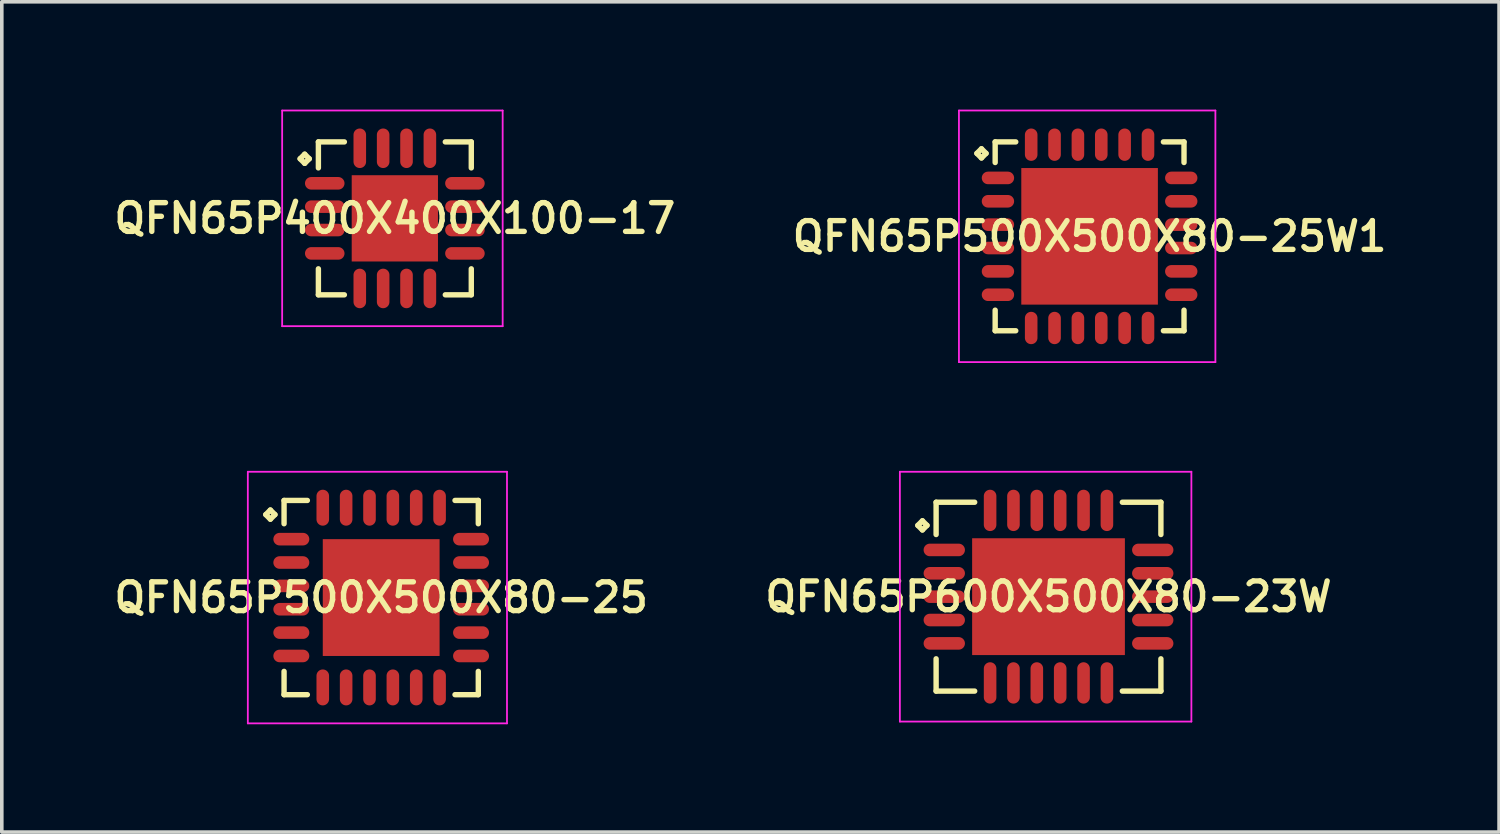
<source format=kicad_pcb>
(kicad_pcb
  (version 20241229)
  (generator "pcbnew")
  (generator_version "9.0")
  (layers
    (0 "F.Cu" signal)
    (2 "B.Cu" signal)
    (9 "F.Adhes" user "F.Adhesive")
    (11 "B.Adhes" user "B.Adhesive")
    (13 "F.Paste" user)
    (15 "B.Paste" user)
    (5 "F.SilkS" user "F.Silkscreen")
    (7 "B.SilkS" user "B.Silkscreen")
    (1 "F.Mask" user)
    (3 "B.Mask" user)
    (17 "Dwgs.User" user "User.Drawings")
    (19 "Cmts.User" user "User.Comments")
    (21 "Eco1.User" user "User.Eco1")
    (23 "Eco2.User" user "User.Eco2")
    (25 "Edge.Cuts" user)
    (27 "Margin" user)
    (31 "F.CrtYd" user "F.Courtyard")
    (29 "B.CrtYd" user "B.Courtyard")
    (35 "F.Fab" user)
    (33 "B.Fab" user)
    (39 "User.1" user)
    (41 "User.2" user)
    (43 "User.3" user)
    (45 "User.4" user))
  (footprint "QFN65P600X500X80-23W"
    (layer "F.Cu")
    (at 26.121 13.55)
    (property "Reference" "QFN65P600X500X80-23W" (at 0 0 0) (layer "F.SilkS") (effects (font (size 0.8 0.8) (thickness 0.15))))
    (attr smd)
    (fp_line (start -3.635 -1.983) (end -3.508 -2.11) (stroke (width 0.15) (type solid)) (layer "F.SilkS"))
    (fp_line (start -3.508 -2.11) (end -3.381 -1.983) (stroke (width 0.15) (type solid)) (layer "F.SilkS"))
    (fp_line (start -3.508 -1.856) (end -3.635 -1.983) (stroke (width 0.15) (type solid)) (layer "F.SilkS"))
    (fp_line (start -3.381 -1.983) (end -3.508 -1.856) (stroke (width 0.15) (type solid)) (layer "F.SilkS"))
    (fp_line (start -3.127 -2.627) (end -2.054 -2.627) (stroke (width 0.15) (type solid)) (layer "F.SilkS"))
    (fp_line (start -3.127 -1.729) (end -3.127 -2.627) (stroke (width 0.15) (type solid)) (layer "F.SilkS"))
    (fp_line (start -3.127 1.729) (end -3.127 2.627) (stroke (width 0.15) (type solid)) (layer "F.SilkS"))
    (fp_line (start -3.127 2.627) (end -2.054 2.627) (stroke (width 0.15) (type solid)) (layer "F.SilkS"))
    (fp_line (start 2.054 -2.627) (end 3.127 -2.627) (stroke (width 0.15) (type solid)) (layer "F.SilkS"))
    (fp_line (start 2.054 2.627) (end 3.127 2.627) (stroke (width 0.15) (type solid)) (layer "F.SilkS"))
    (fp_line (start 3.127 -2.627) (end 3.127 -1.729) (stroke (width 0.15) (type solid)) (layer "F.SilkS"))
    (fp_line (start 3.127 2.627) (end 3.127 1.729) (stroke (width 0.15) (type solid)) (layer "F.SilkS"))
    (fp_line (start -4.135 -3.475) (end 3.975 -3.475) (stroke (width 0.05) (type solid)) (layer "F.CrtYd"))
    (fp_line (start -4.135 3.475) (end -4.135 -3.475) (stroke (width 0.05) (type solid)) (layer "F.CrtYd"))
    (fp_line (start 3.975 -3.475) (end 3.975 3.475) (stroke (width 0.05) (type solid)) (layer "F.CrtYd"))
    (fp_line (start 3.975 3.475) (end -4.135 3.475) (stroke (width 0.05) (type solid)) (layer "F.CrtYd"))
    (pad "1" smd oval (at -2.9 -1.3) (size 1.15 0.35) (layers "F.Cu" "F.Mask" "F.Paste"))
    (pad "2" smd oval (at -2.9 -0.65) (size 1.15 0.35) (layers "F.Cu" "F.Mask" "F.Paste"))
    (pad "3" smd oval (at -2.9 0) (size 1.15 0.35) (layers "F.Cu" "F.Mask" "F.Paste"))
    (pad "4" smd oval (at -2.9 0.65) (size 1.15 0.35) (layers "F.Cu" "F.Mask" "F.Paste"))
    (pad "5" smd oval (at -2.9 1.3) (size 1.15 0.35) (layers "F.Cu" "F.Mask" "F.Paste"))
    (pad "6" smd oval (at -1.625 2.4) (size 0.35 1.15) (layers "F.Cu" "F.Mask" "F.Paste"))
    (pad "7" smd oval (at -0.975 2.4) (size 0.35 1.15) (layers "F.Cu" "F.Mask" "F.Paste"))
    (pad "8" smd oval (at -0.325 2.4) (size 0.35 1.15) (layers "F.Cu" "F.Mask" "F.Paste"))
    (pad "9" smd oval (at 0.325 2.4) (size 0.35 1.15) (layers "F.Cu" "F.Mask" "F.Paste"))
    (pad "10" smd oval (at 0.975 2.4) (size 0.35 1.15) (layers "F.Cu" "F.Mask" "F.Paste"))
    (pad "11" smd oval (at 1.625 2.4) (size 0.35 1.15) (layers "F.Cu" "F.Mask" "F.Paste"))
    (pad "12" smd oval (at 2.9 1.3) (size 1.15 0.35) (layers "F.Cu" "F.Mask" "F.Paste"))
    (pad "13" smd oval (at 2.9 0.65) (size 1.15 0.35) (layers "F.Cu" "F.Mask" "F.Paste"))
    (pad "14" smd oval (at 2.9 0) (size 1.15 0.35) (layers "F.Cu" "F.Mask" "F.Paste"))
    (pad "15" smd oval (at 2.9 -0.65) (size 1.15 0.35) (layers "F.Cu" "F.Mask" "F.Paste"))
    (pad "16" smd oval (at 2.9 -1.3) (size 1.15 0.35) (layers "F.Cu" "F.Mask" "F.Paste"))
    (pad "17" smd oval (at 1.625 -2.4) (size 0.35 1.15) (layers "F.Cu" "F.Mask" "F.Paste"))
    (pad "18" smd oval (at 0.975 -2.4) (size 0.35 1.15) (layers "F.Cu" "F.Mask" "F.Paste"))
    (pad "19" smd oval (at 0.325 -2.4) (size 0.35 1.15) (layers "F.Cu" "F.Mask" "F.Paste"))
    (pad "20" smd oval (at -0.325 -2.4) (size 0.35 1.15) (layers "F.Cu" "F.Mask" "F.Paste"))
    (pad "21" smd oval (at -0.975 -2.4) (size 0.35 1.15) (layers "F.Cu" "F.Mask" "F.Paste"))
    (pad "22" smd oval (at -1.625 -2.4) (size 0.35 1.15) (layers "F.Cu" "F.Mask" "F.Paste"))
    (pad "23" smd rect (at 0 0) (size 4.25 3.25) (layers "F.Cu" "F.Mask" "F.Paste")))
  (footprint "QFN65P400X400X100-17"
    (layer "F.Cu")
    (at 7.935 3.025)
    (property "Reference" "QFN65P400X400X100-17" (at 0 0 0) (layer "F.SilkS") (effects (font (size 0.8 0.8) (thickness 0.15))))
    (attr smd)
    (fp_line (start -2.635 -1.658) (end -2.508 -1.785) (stroke (width 0.15) (type solid)) (layer "F.SilkS"))
    (fp_line (start -2.508 -1.785) (end -2.381 -1.658) (stroke (width 0.15) (type solid)) (layer "F.SilkS"))
    (fp_line (start -2.508 -1.531) (end -2.635 -1.658) (stroke (width 0.15) (type solid)) (layer "F.SilkS"))
    (fp_line (start -2.381 -1.658) (end -2.508 -1.531) (stroke (width 0.15) (type solid)) (layer "F.SilkS"))
    (fp_line (start -2.127 -2.127) (end -1.404 -2.127) (stroke (width 0.15) (type solid)) (layer "F.SilkS"))
    (fp_line (start -2.127 -1.404) (end -2.127 -2.127) (stroke (width 0.15) (type solid)) (layer "F.SilkS"))
    (fp_line (start -2.127 1.404) (end -2.127 2.127) (stroke (width 0.15) (type solid)) (layer "F.SilkS"))
    (fp_line (start -2.127 2.127) (end -1.404 2.127) (stroke (width 0.15) (type solid)) (layer "F.SilkS"))
    (fp_line (start 1.404 -2.127) (end 2.127 -2.127) (stroke (width 0.15) (type solid)) (layer "F.SilkS"))
    (fp_line (start 1.404 2.127) (end 2.127 2.127) (stroke (width 0.15) (type solid)) (layer "F.SilkS"))
    (fp_line (start 2.127 -2.127) (end 2.127 -1.404) (stroke (width 0.15) (type solid)) (layer "F.SilkS"))
    (fp_line (start 2.127 2.127) (end 2.127 1.404) (stroke (width 0.15) (type solid)) (layer "F.SilkS"))
    (fp_line (start -3.135 -3) (end 3 -3) (stroke (width 0.05) (type solid)) (layer "F.CrtYd"))
    (fp_line (start -3.135 3) (end -3.135 -3) (stroke (width 0.05) (type solid)) (layer "F.CrtYd"))
    (fp_line (start 3 -3) (end 3 3) (stroke (width 0.05) (type solid)) (layer "F.CrtYd"))
    (fp_line (start 3 3) (end -3.135 3) (stroke (width 0.05) (type solid)) (layer "F.CrtYd"))
    (pad "1" smd oval (at -1.95 -0.975) (size 1.1 0.35) (layers "F.Cu" "F.Mask" "F.Paste"))
    (pad "2" smd oval (at -1.95 -0.325) (size 1.1 0.35) (layers "F.Cu" "F.Mask" "F.Paste"))
    (pad "3" smd oval (at -1.95 0.325) (size 1.1 0.35) (layers "F.Cu" "F.Mask" "F.Paste"))
    (pad "4" smd oval (at -1.95 0.975) (size 1.1 0.35) (layers "F.Cu" "F.Mask" "F.Paste"))
    (pad "5" smd oval (at -0.975 1.95) (size 0.35 1.1) (layers "F.Cu" "F.Mask" "F.Paste"))
    (pad "6" smd oval (at -0.325 1.95) (size 0.35 1.1) (layers "F.Cu" "F.Mask" "F.Paste"))
    (pad "7" smd oval (at 0.325 1.95) (size 0.35 1.1) (layers "F.Cu" "F.Mask" "F.Paste"))
    (pad "8" smd oval (at 0.975 1.95) (size 0.35 1.1) (layers "F.Cu" "F.Mask" "F.Paste"))
    (pad "9" smd oval (at 1.95 0.975) (size 1.1 0.35) (layers "F.Cu" "F.Mask" "F.Paste"))
    (pad "10" smd oval (at 1.95 0.325) (size 1.1 0.35) (layers "F.Cu" "F.Mask" "F.Paste"))
    (pad "11" smd oval (at 1.95 -0.325) (size 1.1 0.35) (layers "F.Cu" "F.Mask" "F.Paste"))
    (pad "12" smd oval (at 1.95 -0.975) (size 1.1 0.35) (layers "F.Cu" "F.Mask" "F.Paste"))
    (pad "13" smd oval (at 0.975 -1.95) (size 0.35 1.1) (layers "F.Cu" "F.Mask" "F.Paste"))
    (pad "14" smd oval (at 0.325 -1.95) (size 0.35 1.1) (layers "F.Cu" "F.Mask" "F.Paste"))
    (pad "15" smd oval (at -0.325 -1.95) (size 0.35 1.1) (layers "F.Cu" "F.Mask" "F.Paste"))
    (pad "16" smd oval (at -0.975 -1.95) (size 0.35 1.1) (layers "F.Cu" "F.Mask" "F.Paste"))
    (pad "17" smd rect (at 0 0) (size 2.4 2.4) (layers "F.Cu" "F.Mask" "F.Paste")))
  (footprint "QFN65P500X500X80-25W1"
    (layer "F.Cu")
    (at 27.264 3.525)
    (property "Reference" "QFN65P500X500X80-25W1" (at 0 0 0) (layer "F.SilkS") (effects (font (size 0.8 0.8) (thickness 0.15))))
    (attr smd)
    (fp_line (start -3.135 -2.308) (end -3.008 -2.435) (stroke (width 0.15) (type solid)) (layer "F.SilkS"))
    (fp_line (start -3.008 -2.435) (end -2.881 -2.308) (stroke (width 0.15) (type solid)) (layer "F.SilkS"))
    (fp_line (start -3.008 -2.181) (end -3.135 -2.308) (stroke (width 0.15) (type solid)) (layer "F.SilkS"))
    (fp_line (start -2.881 -2.308) (end -3.008 -2.181) (stroke (width 0.15) (type solid)) (layer "F.SilkS"))
    (fp_line (start -2.627 -2.627) (end -2.054 -2.627) (stroke (width 0.15) (type solid)) (layer "F.SilkS"))
    (fp_line (start -2.627 -2.054) (end -2.627 -2.627) (stroke (width 0.15) (type solid)) (layer "F.SilkS"))
    (fp_line (start -2.627 2.054) (end -2.627 2.627) (stroke (width 0.15) (type solid)) (layer "F.SilkS"))
    (fp_line (start -2.627 2.627) (end -2.054 2.627) (stroke (width 0.15) (type solid)) (layer "F.SilkS"))
    (fp_line (start 2.054 -2.627) (end 2.627 -2.627) (stroke (width 0.15) (type solid)) (layer "F.SilkS"))
    (fp_line (start 2.054 2.627) (end 2.627 2.627) (stroke (width 0.15) (type solid)) (layer "F.SilkS"))
    (fp_line (start 2.627 -2.627) (end 2.627 -2.054) (stroke (width 0.15) (type solid)) (layer "F.SilkS"))
    (fp_line (start 2.627 2.627) (end 2.627 2.054) (stroke (width 0.15) (type solid)) (layer "F.SilkS"))
    (fp_line (start -3.635 -3.5) (end 3.5 -3.5) (stroke (width 0.05) (type solid)) (layer "F.CrtYd"))
    (fp_line (start -3.635 3.5) (end -3.635 -3.5) (stroke (width 0.05) (type solid)) (layer "F.CrtYd"))
    (fp_line (start 3.5 -3.5) (end 3.5 3.5) (stroke (width 0.05) (type solid)) (layer "F.CrtYd"))
    (fp_line (start 3.5 3.5) (end -3.635 3.5) (stroke (width 0.05) (type solid)) (layer "F.CrtYd"))
    (pad "1" smd oval (at -2.55 -1.625) (size 0.9 0.35) (layers "F.Cu" "F.Mask" "F.Paste"))
    (pad "2" smd oval (at -2.55 -0.975) (size 0.9 0.35) (layers "F.Cu" "F.Mask" "F.Paste"))
    (pad "3" smd oval (at -2.55 -0.325) (size 0.9 0.35) (layers "F.Cu" "F.Mask" "F.Paste"))
    (pad "4" smd oval (at -2.55 0.325) (size 0.9 0.35) (layers "F.Cu" "F.Mask" "F.Paste"))
    (pad "5" smd oval (at -2.55 0.975) (size 0.9 0.35) (layers "F.Cu" "F.Mask" "F.Paste"))
    (pad "6" smd oval (at -2.55 1.625) (size 0.9 0.35) (layers "F.Cu" "F.Mask" "F.Paste"))
    (pad "7" smd oval (at -1.625 2.55) (size 0.35 0.9) (layers "F.Cu" "F.Mask" "F.Paste"))
    (pad "8" smd oval (at -0.975 2.55) (size 0.35 0.9) (layers "F.Cu" "F.Mask" "F.Paste"))
    (pad "9" smd oval (at -0.325 2.55) (size 0.35 0.9) (layers "F.Cu" "F.Mask" "F.Paste"))
    (pad "10" smd oval (at 0.325 2.55) (size 0.35 0.9) (layers "F.Cu" "F.Mask" "F.Paste"))
    (pad "11" smd oval (at 0.975 2.55) (size 0.35 0.9) (layers "F.Cu" "F.Mask" "F.Paste"))
    (pad "12" smd oval (at 1.625 2.55) (size 0.35 0.9) (layers "F.Cu" "F.Mask" "F.Paste"))
    (pad "13" smd oval (at 2.55 1.625) (size 0.9 0.35) (layers "F.Cu" "F.Mask" "F.Paste"))
    (pad "14" smd oval (at 2.55 0.975) (size 0.9 0.35) (layers "F.Cu" "F.Mask" "F.Paste"))
    (pad "15" smd oval (at 2.55 0.325) (size 0.9 0.35) (layers "F.Cu" "F.Mask" "F.Paste"))
    (pad "16" smd oval (at 2.55 -0.325) (size 0.9 0.35) (layers "F.Cu" "F.Mask" "F.Paste"))
    (pad "17" smd oval (at 2.55 -0.975) (size 0.9 0.35) (layers "F.Cu" "F.Mask" "F.Paste"))
    (pad "18" smd oval (at 2.55 -1.625) (size 0.9 0.35) (layers "F.Cu" "F.Mask" "F.Paste"))
    (pad "19" smd oval (at 1.625 -2.55) (size 0.35 0.9) (layers "F.Cu" "F.Mask" "F.Paste"))
    (pad "20" smd oval (at 0.975 -2.55) (size 0.35 0.9) (layers "F.Cu" "F.Mask" "F.Paste"))
    (pad "21" smd oval (at 0.325 -2.55) (size 0.35 0.9) (layers "F.Cu" "F.Mask" "F.Paste"))
    (pad "22" smd oval (at -0.325 -2.55) (size 0.35 0.9) (layers "F.Cu" "F.Mask" "F.Paste"))
    (pad "23" smd oval (at -0.975 -2.55) (size 0.35 0.9) (layers "F.Cu" "F.Mask" "F.Paste"))
    (pad "24" smd oval (at -1.625 -2.55) (size 0.35 0.9) (layers "F.Cu" "F.Mask" "F.Paste"))
    (pad "25" smd rect (at 0 0) (size 3.8 3.8) (layers "F.Cu" "F.Mask" "F.Paste")))
  (footprint "QFN65P500X500X80-25"
    (layer "F.Cu")
    (at 7.555 13.575)
    (property "Reference" "QFN65P500X500X80-25" (at 0 0 0) (layer "F.SilkS") (effects (font (size 0.8 0.8) (thickness 0.15))))
    (attr smd)
    (fp_line (start -3.21 -2.308) (end -3.083 -2.435) (stroke (width 0.15) (type solid)) (layer "F.SilkS"))
    (fp_line (start -3.083 -2.435) (end -2.956 -2.308) (stroke (width 0.15) (type solid)) (layer "F.SilkS"))
    (fp_line (start -3.083 -2.181) (end -3.21 -2.308) (stroke (width 0.15) (type solid)) (layer "F.SilkS"))
    (fp_line (start -2.956 -2.308) (end -3.083 -2.181) (stroke (width 0.15) (type solid)) (layer "F.SilkS"))
    (fp_line (start -2.702 -2.702) (end -2.054 -2.702) (stroke (width 0.15) (type solid)) (layer "F.SilkS"))
    (fp_line (start -2.702 -2.054) (end -2.702 -2.702) (stroke (width 0.15) (type solid)) (layer "F.SilkS"))
    (fp_line (start -2.702 2.054) (end -2.702 2.702) (stroke (width 0.15) (type solid)) (layer "F.SilkS"))
    (fp_line (start -2.702 2.702) (end -2.054 2.702) (stroke (width 0.15) (type solid)) (layer "F.SilkS"))
    (fp_line (start 2.054 -2.702) (end 2.702 -2.702) (stroke (width 0.15) (type solid)) (layer "F.SilkS"))
    (fp_line (start 2.054 2.702) (end 2.702 2.702) (stroke (width 0.15) (type solid)) (layer "F.SilkS"))
    (fp_line (start 2.702 -2.702) (end 2.702 -2.054) (stroke (width 0.15) (type solid)) (layer "F.SilkS"))
    (fp_line (start 2.702 2.702) (end 2.702 2.054) (stroke (width 0.15) (type solid)) (layer "F.SilkS"))
    (fp_line (start -3.71 -3.5) (end 3.5 -3.5) (stroke (width 0.05) (type solid)) (layer "F.CrtYd"))
    (fp_line (start -3.71 3.5) (end -3.71 -3.5) (stroke (width 0.05) (type solid)) (layer "F.CrtYd"))
    (fp_line (start 3.5 -3.5) (end 3.5 3.5) (stroke (width 0.05) (type solid)) (layer "F.CrtYd"))
    (fp_line (start 3.5 3.5) (end -3.71 3.5) (stroke (width 0.05) (type solid)) (layer "F.CrtYd"))
    (pad "1" smd oval (at -2.5 -1.625) (size 1 0.35) (layers "F.Cu" "F.Mask" "F.Paste"))
    (pad "2" smd oval (at -2.5 -0.975) (size 1 0.35) (layers "F.Cu" "F.Mask" "F.Paste"))
    (pad "3" smd oval (at -2.5 -0.325) (size 1 0.35) (layers "F.Cu" "F.Mask" "F.Paste"))
    (pad "4" smd oval (at -2.5 0.325) (size 1 0.35) (layers "F.Cu" "F.Mask" "F.Paste"))
    (pad "5" smd oval (at -2.5 0.975) (size 1 0.35) (layers "F.Cu" "F.Mask" "F.Paste"))
    (pad "6" smd oval (at -2.5 1.625) (size 1 0.35) (layers "F.Cu" "F.Mask" "F.Paste"))
    (pad "7" smd oval (at -1.625 2.5) (size 0.35 1) (layers "F.Cu" "F.Mask" "F.Paste"))
    (pad "8" smd oval (at -0.975 2.5) (size 0.35 1) (layers "F.Cu" "F.Mask" "F.Paste"))
    (pad "9" smd oval (at -0.325 2.5) (size 0.35 1) (layers "F.Cu" "F.Mask" "F.Paste"))
    (pad "10" smd oval (at 0.325 2.5) (size 0.35 1) (layers "F.Cu" "F.Mask" "F.Paste"))
    (pad "11" smd oval (at 0.975 2.5) (size 0.35 1) (layers "F.Cu" "F.Mask" "F.Paste"))
    (pad "12" smd oval (at 1.625 2.5) (size 0.35 1) (layers "F.Cu" "F.Mask" "F.Paste"))
    (pad "13" smd oval (at 2.5 1.625) (size 1 0.35) (layers "F.Cu" "F.Mask" "F.Paste"))
    (pad "14" smd oval (at 2.5 0.975) (size 1 0.35) (layers "F.Cu" "F.Mask" "F.Paste"))
    (pad "15" smd oval (at 2.5 0.325) (size 1 0.35) (layers "F.Cu" "F.Mask" "F.Paste"))
    (pad "16" smd oval (at 2.5 -0.325) (size 1 0.35) (layers "F.Cu" "F.Mask" "F.Paste"))
    (pad "17" smd oval (at 2.5 -0.975) (size 1 0.35) (layers "F.Cu" "F.Mask" "F.Paste"))
    (pad "18" smd oval (at 2.5 -1.625) (size 1 0.35) (layers "F.Cu" "F.Mask" "F.Paste"))
    (pad "19" smd oval (at 1.625 -2.5) (size 0.35 1) (layers "F.Cu" "F.Mask" "F.Paste"))
    (pad "20" smd oval (at 0.975 -2.5) (size 0.35 1) (layers "F.Cu" "F.Mask" "F.Paste"))
    (pad "21" smd oval (at 0.325 -2.5) (size 0.35 1) (layers "F.Cu" "F.Mask" "F.Paste"))
    (pad "22" smd oval (at -0.325 -2.5) (size 0.35 1) (layers "F.Cu" "F.Mask" "F.Paste"))
    (pad "23" smd oval (at -0.975 -2.5) (size 0.35 1) (layers "F.Cu" "F.Mask" "F.Paste"))
    (pad "24" smd oval (at -1.625 -2.5) (size 0.35 1) (layers "F.Cu" "F.Mask" "F.Paste"))
    (pad "25" smd rect (at 0 0) (size 3.25 3.25) (layers "F.Cu" "F.Mask" "F.Paste")))
  (gr_rect
    (start -3 -3)
    (end 38.656 20.1)
    (stroke (width 0.1) (type default))
    (fill no)
    (layer "Edge.Cuts")))
</source>
